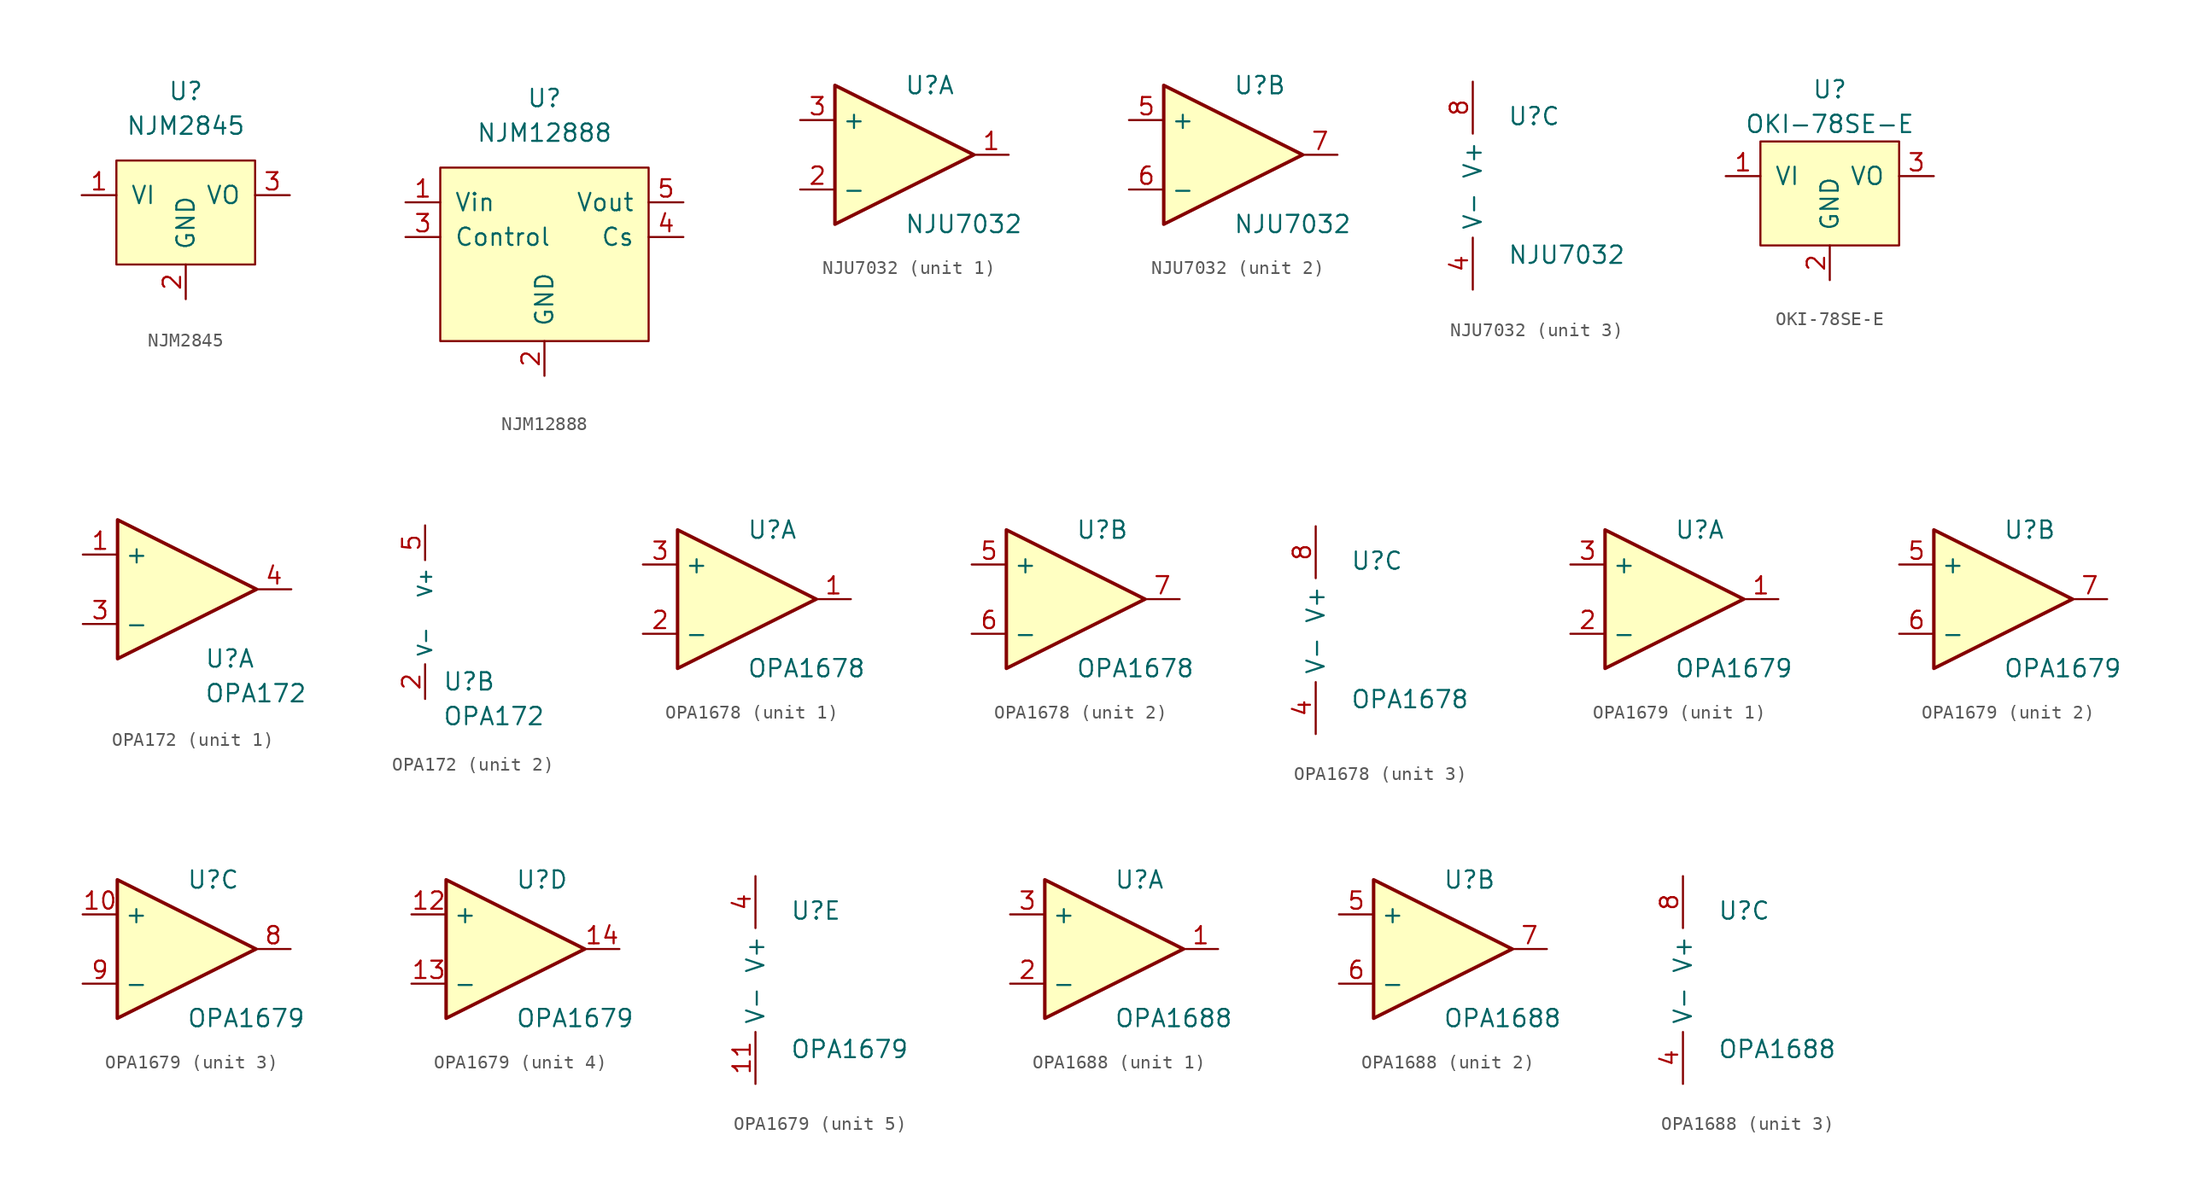
<source format=kicad_sym>
(kicad_symbol_lib
  (version 20231120)
  (generator "kicad_symbol_editor")
  (generator_version "8.0")
  (symbol "NJM2845"
    (pin_names
      (offset 1.016))
    (property "Reference" "U"
      (at 0 7.62 0)
      (effects (font (size 1.27 1.27))))
    (property "Value" "NJM2845"
      (at 0 5.08 0)
      (effects (font (size 1.27 1.27))))
    (symbol "NJM2845_1_1"
      (rectangle (start -5.08 2.54) (end 5.08 -5.08) (stroke (width 0) (type default)) (fill (type background)))
      (pin power_in line (at -7.62 0 0) (length 2.54) (name "VI" (effects (font (size 1.27 1.27)))) (number "1" (effects (font (size 1.27 1.27)))))
      (pin power_in line (at 0 -7.62 90) (length 2.54) (name "GND" (effects (font (size 1.27 1.27)))) (number "2" (effects (font (size 1.27 1.27)))))
      (pin power_out line (at 7.62 0 180) (length 2.54) (name "VO" (effects (font (size 1.27 1.27)))) (number "3" (effects (font (size 1.27 1.27)))))))
  (symbol "NJM12888"
    (pin_names
      (offset 1.016))
    (property "Reference" "U"
      (at 0 7.62 0)
      (effects (font (size 1.27 1.27))))
    (property "Value" "NJM12888"
      (at 0 5.08 0)
      (effects (font (size 1.27 1.27))))
    (symbol "NJM12888_1_1"
      (rectangle (start -7.62 2.54) (end 7.62 -10.16) (stroke (width 0) (type default)) (fill (type background)))
      (pin power_in line (at -10.16 0 0) (length 2.54) (name "Vin" (effects (font (size 1.27 1.27)))) (number "1" (effects (font (size 1.27 1.27)))))
      (pin power_in line (at 0 -12.7 90) (length 2.54) (name "GND" (effects (font (size 1.27 1.27)))) (number "2" (effects (font (size 1.27 1.27)))))
      (pin input line (at -10.16 -2.54 0) (length 2.54) (name "Control" (effects (font (size 1.27 1.27)))) (number "3" (effects (font (size 1.27 1.27)))))
      (pin bidirectional line (at 10.16 -2.54 180) (length 2.54) (name "Cs" (effects (font (size 1.27 1.27)))) (number "4" (effects (font (size 1.27 1.27)))))
      (pin power_out line (at 10.16 0 180) (length 2.54) (name "Vout" (effects (font (size 1.27 1.27)))) (number "5" (effects (font (size 1.27 1.27)))))))
  (symbol "NJU7032"
    (property "Reference" "U"
      (at 0 5.08 0)
      (effects (font (size 1.27 1.27)) (justify left)))
    (property "Value" "NJU7032"
      (at 0 -5.08 0)
      (effects (font (size 1.27 1.27)) (justify left)))
    (property "ki_locked" ""
      (at 0 0 0)
      (effects (font (size 1.27 1.27))))
    (symbol "NJU7032_1_1"
      (polyline (pts (xy -5.08 5.08) (xy 5.08 0) (xy -5.08 -5.08) (xy -5.08 5.08)) (stroke (width 0.254) (type default)) (fill (type background)))
      (pin output line (at 7.62 0 180) (length 2.54) (name "~" (effects (font (size 1.27 1.27)))) (number "1" (effects (font (size 1.27 1.27)))))
      (pin input line (at -7.62 -2.54 0) (length 2.54) (name "-" (effects (font (size 1.27 1.27)))) (number "2" (effects (font (size 1.27 1.27)))))
      (pin input line (at -7.62 2.54 0) (length 2.54) (name "+" (effects (font (size 1.27 1.27)))) (number "3" (effects (font (size 1.27 1.27))))))
    (symbol "NJU7032_2_1"
      (polyline (pts (xy -5.08 5.08) (xy 5.08 0) (xy -5.08 -5.08) (xy -5.08 5.08)) (stroke (width 0.254) (type default)) (fill (type background)))
      (pin input line (at -7.62 2.54 0) (length 2.54) (name "+" (effects (font (size 1.27 1.27)))) (number "5" (effects (font (size 1.27 1.27)))))
      (pin input line (at -7.62 -2.54 0) (length 2.54) (name "-" (effects (font (size 1.27 1.27)))) (number "6" (effects (font (size 1.27 1.27)))))
      (pin output line (at 7.62 0 180) (length 2.54) (name "~" (effects (font (size 1.27 1.27)))) (number "7" (effects (font (size 1.27 1.27))))))
    (symbol "NJU7032_3_1"
      (pin power_in line (at -2.54 -7.62 90) (length 3.81) (name "V-" (effects (font (size 1.27 1.27)))) (number "4" (effects (font (size 1.27 1.27)))))
      (pin power_in line (at -2.54 7.62 270) (length 3.81) (name "V+" (effects (font (size 1.27 1.27)))) (number "8" (effects (font (size 1.27 1.27)))))))
  (symbol "OKI-78SE-E"
    (pin_names
      (offset 1.016))
    (property "Reference" "U"
      (at 0 6.35 0)
      (effects (font (size 1.27 1.27))))
    (property "Value" "OKI-78SE-E"
      (at 0 3.81 0)
      (effects (font (size 1.27 1.27))))
    (symbol "OKI-78SE-E_0_1"
      (rectangle (start -5.08 2.54) (end 5.08 -5.08) (stroke (width 0) (type default)) (fill (type background))))
    (symbol "OKI-78SE-E_1_1"
      (pin power_in line (at -7.62 0 0) (length 2.54) (name "VI" (effects (font (size 1.27 1.27)))) (number "1" (effects (font (size 1.27 1.27)))))
      (pin power_in line (at 0 -7.62 90) (length 2.54) (name "GND" (effects (font (size 1.27 1.27)))) (number "2" (effects (font (size 1.27 1.27)))))
      (pin power_out line (at 7.62 0 180) (length 2.54) (name "VO" (effects (font (size 1.27 1.27)))) (number "3" (effects (font (size 1.27 1.27)))))))
  (symbol "OPA172"
    (property "Reference" "U"
      (at 1.27 -5.08 0)
      (effects (font (size 1.27 1.27)) (justify left)))
    (property "Value" "OPA172"
      (at 1.27 -7.62 0)
      (effects (font (size 1.27 1.27)) (justify left)))
    (property "ki_locked" ""
      (at 0 0 0)
      (effects (font (size 1.27 1.27))))
    (symbol "OPA172_1_1"
      (polyline (pts (xy -5.08 5.08) (xy 5.08 0) (xy -5.08 -5.08) (xy -5.08 5.08)) (stroke (width 0.254) (type default)) (fill (type background)))
      (pin input line (at -7.62 2.54 0) (length 2.54) (name "+" (effects (font (size 1.27 1.27)))) (number "1" (effects (font (size 1.27 1.27)))))
      (pin input line (at -7.62 -2.54 0) (length 2.54) (name "-" (effects (font (size 1.27 1.27)))) (number "3" (effects (font (size 1.27 1.27)))))
      (pin output line (at 7.62 0 180) (length 2.54) (name "~" (effects (font (size 1.27 1.27)))) (number "4" (effects (font (size 1.27 1.27))))))
    (symbol "OPA172_2_1"
      (pin power_in line (at 0 -6.35 90) (length 2.54) (name "V-" (effects (font (size 0.991 0.991)))) (number "2" (effects (font (size 1.27 1.27)))))
      (pin power_in line (at 0 6.35 270) (length 2.54) (name "V+" (effects (font (size 0.991 0.991)))) (number "5" (effects (font (size 1.27 1.27)))))))
  (symbol "OPA1678"
    (property "Reference" "U"
      (at 0 5.08 0)
      (effects (font (size 1.27 1.27)) (justify left)))
    (property "Value" "OPA1678"
      (at 0 -5.08 0)
      (effects (font (size 1.27 1.27)) (justify left)))
    (property "ki_locked" ""
      (at 0 0 0)
      (effects (font (size 1.27 1.27))))
    (symbol "OPA1678_1_1"
      (polyline (pts (xy -5.08 5.08) (xy 5.08 0) (xy -5.08 -5.08) (xy -5.08 5.08)) (stroke (width 0.254) (type default)) (fill (type background)))
      (pin output line (at 7.62 0 180) (length 2.54) (name "~" (effects (font (size 1.27 1.27)))) (number "1" (effects (font (size 1.27 1.27)))))
      (pin input line (at -7.62 -2.54 0) (length 2.54) (name "-" (effects (font (size 1.27 1.27)))) (number "2" (effects (font (size 1.27 1.27)))))
      (pin input line (at -7.62 2.54 0) (length 2.54) (name "+" (effects (font (size 1.27 1.27)))) (number "3" (effects (font (size 1.27 1.27))))))
    (symbol "OPA1678_2_1"
      (polyline (pts (xy -5.08 5.08) (xy 5.08 0) (xy -5.08 -5.08) (xy -5.08 5.08)) (stroke (width 0.254) (type default)) (fill (type background)))
      (pin input line (at -7.62 2.54 0) (length 2.54) (name "+" (effects (font (size 1.27 1.27)))) (number "5" (effects (font (size 1.27 1.27)))))
      (pin input line (at -7.62 -2.54 0) (length 2.54) (name "-" (effects (font (size 1.27 1.27)))) (number "6" (effects (font (size 1.27 1.27)))))
      (pin output line (at 7.62 0 180) (length 2.54) (name "~" (effects (font (size 1.27 1.27)))) (number "7" (effects (font (size 1.27 1.27))))))
    (symbol "OPA1678_3_1"
      (pin power_in line (at -2.54 -7.62 90) (length 3.81) (name "V-" (effects (font (size 1.27 1.27)))) (number "4" (effects (font (size 1.27 1.27)))))
      (pin power_in line (at -2.54 7.62 270) (length 3.81) (name "V+" (effects (font (size 1.27 1.27)))) (number "8" (effects (font (size 1.27 1.27)))))))
  (symbol "OPA1679"
    (property "Reference" "U"
      (at 0 5.08 0)
      (effects (font (size 1.27 1.27)) (justify left)))
    (property "Value" "OPA1679"
      (at 0 -5.08 0)
      (effects (font (size 1.27 1.27)) (justify left)))
    (property "ki_locked" ""
      (at 0 0 0)
      (effects (font (size 1.27 1.27))))
    (symbol "OPA1679_1_1"
      (polyline (pts (xy -5.08 5.08) (xy 5.08 0) (xy -5.08 -5.08) (xy -5.08 5.08)) (stroke (width 0.254) (type default)) (fill (type background)))
      (pin output line (at 7.62 0 180) (length 2.54) (name "~" (effects (font (size 1.27 1.27)))) (number "1" (effects (font (size 1.27 1.27)))))
      (pin input line (at -7.62 -2.54 0) (length 2.54) (name "-" (effects (font (size 1.27 1.27)))) (number "2" (effects (font (size 1.27 1.27)))))
      (pin input line (at -7.62 2.54 0) (length 2.54) (name "+" (effects (font (size 1.27 1.27)))) (number "3" (effects (font (size 1.27 1.27))))))
    (symbol "OPA1679_2_1"
      (polyline (pts (xy -5.08 5.08) (xy 5.08 0) (xy -5.08 -5.08) (xy -5.08 5.08)) (stroke (width 0.254) (type default)) (fill (type background)))
      (pin input line (at -7.62 2.54 0) (length 2.54) (name "+" (effects (font (size 1.27 1.27)))) (number "5" (effects (font (size 1.27 1.27)))))
      (pin input line (at -7.62 -2.54 0) (length 2.54) (name "-" (effects (font (size 1.27 1.27)))) (number "6" (effects (font (size 1.27 1.27)))))
      (pin output line (at 7.62 0 180) (length 2.54) (name "~" (effects (font (size 1.27 1.27)))) (number "7" (effects (font (size 1.27 1.27))))))
    (symbol "OPA1679_3_1"
      (polyline (pts (xy -5.08 5.08) (xy 5.08 0) (xy -5.08 -5.08) (xy -5.08 5.08)) (stroke (width 0.254) (type default)) (fill (type background)))
      (pin input line (at -7.62 2.54 0) (length 2.54) (name "+" (effects (font (size 1.27 1.27)))) (number "10" (effects (font (size 1.27 1.27)))))
      (pin output line (at 7.62 0 180) (length 2.54) (name "~" (effects (font (size 1.27 1.27)))) (number "8" (effects (font (size 1.27 1.27)))))
      (pin input line (at -7.62 -2.54 0) (length 2.54) (name "-" (effects (font (size 1.27 1.27)))) (number "9" (effects (font (size 1.27 1.27))))))
    (symbol "OPA1679_4_1"
      (polyline (pts (xy -5.08 5.08) (xy 5.08 0) (xy -5.08 -5.08) (xy -5.08 5.08)) (stroke (width 0.254) (type default)) (fill (type background)))
      (pin input line (at -7.62 2.54 0) (length 2.54) (name "+" (effects (font (size 1.27 1.27)))) (number "12" (effects (font (size 1.27 1.27)))))
      (pin input line (at -7.62 -2.54 0) (length 2.54) (name "-" (effects (font (size 1.27 1.27)))) (number "13" (effects (font (size 1.27 1.27)))))
      (pin output line (at 7.62 0 180) (length 2.54) (name "~" (effects (font (size 1.27 1.27)))) (number "14" (effects (font (size 1.27 1.27))))))
    (symbol "OPA1679_5_1"
      (pin power_in line (at -2.54 -7.62 90) (length 3.81) (name "V-" (effects (font (size 1.27 1.27)))) (number "11" (effects (font (size 1.27 1.27)))))
      (pin power_in line (at -2.54 7.62 270) (length 3.81) (name "V+" (effects (font (size 1.27 1.27)))) (number "4" (effects (font (size 1.27 1.27)))))))
  (symbol "OPA1688"
    (property "Reference" "U"
      (at 0 5.08 0)
      (effects (font (size 1.27 1.27)) (justify left)))
    (property "Value" "OPA1688"
      (at 0 -5.08 0)
      (effects (font (size 1.27 1.27)) (justify left)))
    (property "ki_locked" ""
      (at 0 0 0)
      (effects (font (size 1.27 1.27))))
    (symbol "OPA1688_1_1"
      (polyline (pts (xy -5.08 5.08) (xy 5.08 0) (xy -5.08 -5.08) (xy -5.08 5.08)) (stroke (width 0.254) (type default)) (fill (type background)))
      (pin output line (at 7.62 0 180) (length 2.54) (name "~" (effects (font (size 1.27 1.27)))) (number "1" (effects (font (size 1.27 1.27)))))
      (pin input line (at -7.62 -2.54 0) (length 2.54) (name "-" (effects (font (size 1.27 1.27)))) (number "2" (effects (font (size 1.27 1.27)))))
      (pin input line (at -7.62 2.54 0) (length 2.54) (name "+" (effects (font (size 1.27 1.27)))) (number "3" (effects (font (size 1.27 1.27))))))
    (symbol "OPA1688_2_1"
      (polyline (pts (xy -5.08 5.08) (xy 5.08 0) (xy -5.08 -5.08) (xy -5.08 5.08)) (stroke (width 0.254) (type default)) (fill (type background)))
      (pin input line (at -7.62 2.54 0) (length 2.54) (name "+" (effects (font (size 1.27 1.27)))) (number "5" (effects (font (size 1.27 1.27)))))
      (pin input line (at -7.62 -2.54 0) (length 2.54) (name "-" (effects (font (size 1.27 1.27)))) (number "6" (effects (font (size 1.27 1.27)))))
      (pin output line (at 7.62 0 180) (length 2.54) (name "~" (effects (font (size 1.27 1.27)))) (number "7" (effects (font (size 1.27 1.27))))))
    (symbol "OPA1688_3_1"
      (pin power_in line (at -2.54 -7.62 90) (length 3.81) (name "V-" (effects (font (size 1.27 1.27)))) (number "4" (effects (font (size 1.27 1.27)))))
      (pin power_in line (at -2.54 7.62 270) (length 3.81) (name "V+" (effects (font (size 1.27 1.27)))) (number "8" (effects (font (size 1.27 1.27))))))))
</source>
